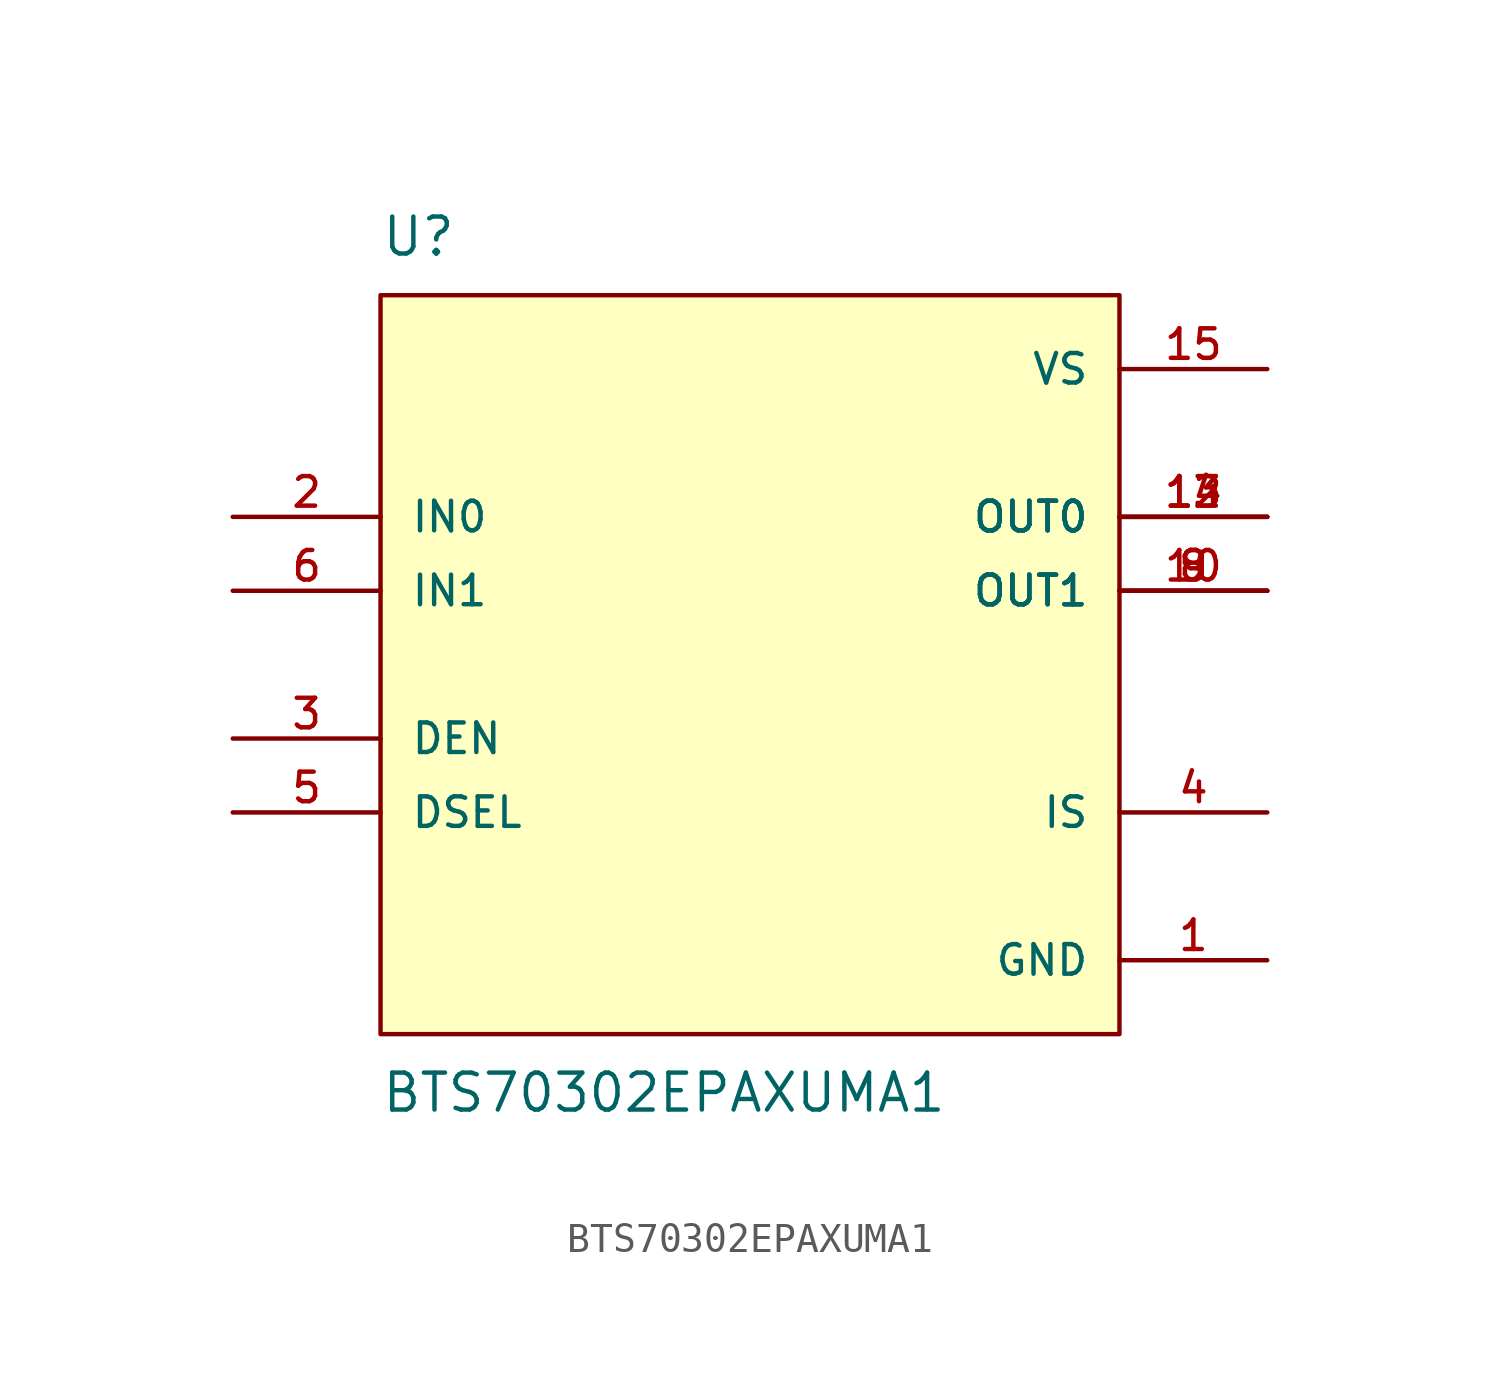
<source format=kicad_sym>
(kicad_symbol_lib
  (version 20211014)
  (generator kicad_symbol_editor)
  (symbol "BTS70302EPAXUMA1"
    (pin_names
      (offset 1.016))
    (property "Reference" "U"
      (at -12.7 13.97 0)
      (effects (font (size 1.27 1.27)) (justify bottom left)))
    (property "Value" "BTS70302EPAXUMA1"
      (at -12.7 -13.97 0.0)
      (effects (font (size 1.27 1.27)) (justify top left)))
    (symbol "BTS70302EPAXUMA1_0_0"
      (rectangle (start -12.7 -12.7) (end 12.7 12.7) (stroke (width 0.152)) (fill (type background)))
      (pin input line (at -17.78 5.08 0) (length 5.08) (name "IN0" (effects (font (size 1.016 1.016)))) (number "2" (effects (font (size 1.016 1.016)))))
      (pin output line (at 17.78 5.08 180.0) (length 5.08) (name "OUT0" (effects (font (size 1.016 1.016)))) (number "12" (effects (font (size 1.016 1.016)))))
      (pin output line (at 17.78 5.08 180.0) (length 5.08) (name "OUT0" (effects (font (size 1.016 1.016)))) (number "13" (effects (font (size 1.016 1.016)))))
      (pin output line (at 17.78 5.08 180.0) (length 5.08) (name "OUT0" (effects (font (size 1.016 1.016)))) (number "14" (effects (font (size 1.016 1.016)))))
      (pin input line (at -17.78 2.54 0) (length 5.08) (name "IN1" (effects (font (size 1.016 1.016)))) (number "6" (effects (font (size 1.016 1.016)))))
      (pin output line (at 17.78 2.54 180.0) (length 5.08) (name "OUT1" (effects (font (size 1.016 1.016)))) (number "8" (effects (font (size 1.016 1.016)))))
      (pin output line (at 17.78 2.54 180.0) (length 5.08) (name "OUT1" (effects (font (size 1.016 1.016)))) (number "9" (effects (font (size 1.016 1.016)))))
      (pin output line (at 17.78 2.54 180.0) (length 5.08) (name "OUT1" (effects (font (size 1.016 1.016)))) (number "10" (effects (font (size 1.016 1.016)))))
      (pin input line (at -17.78 -2.54 0) (length 5.08) (name "DEN" (effects (font (size 1.016 1.016)))) (number "3" (effects (font (size 1.016 1.016)))))
      (pin input line (at -17.78 -5.08 0) (length 5.08) (name "DSEL" (effects (font (size 1.016 1.016)))) (number "5" (effects (font (size 1.016 1.016)))))
      (pin power_in line (at 17.78 -10.16 180.0) (length 5.08) (name "GND" (effects (font (size 1.016 1.016)))) (number "1" (effects (font (size 1.016 1.016)))))
      (pin output line (at 17.78 -5.08 180.0) (length 5.08) (name "IS" (effects (font (size 1.016 1.016)))) (number "4" (effects (font (size 1.016 1.016)))))
      (pin power_in line (at 17.78 10.16 180.0) (length 5.08) (name "VS" (effects (font (size 1.016 1.016)))) (number "15" (effects (font (size 1.016 1.016))))))))
</source>
